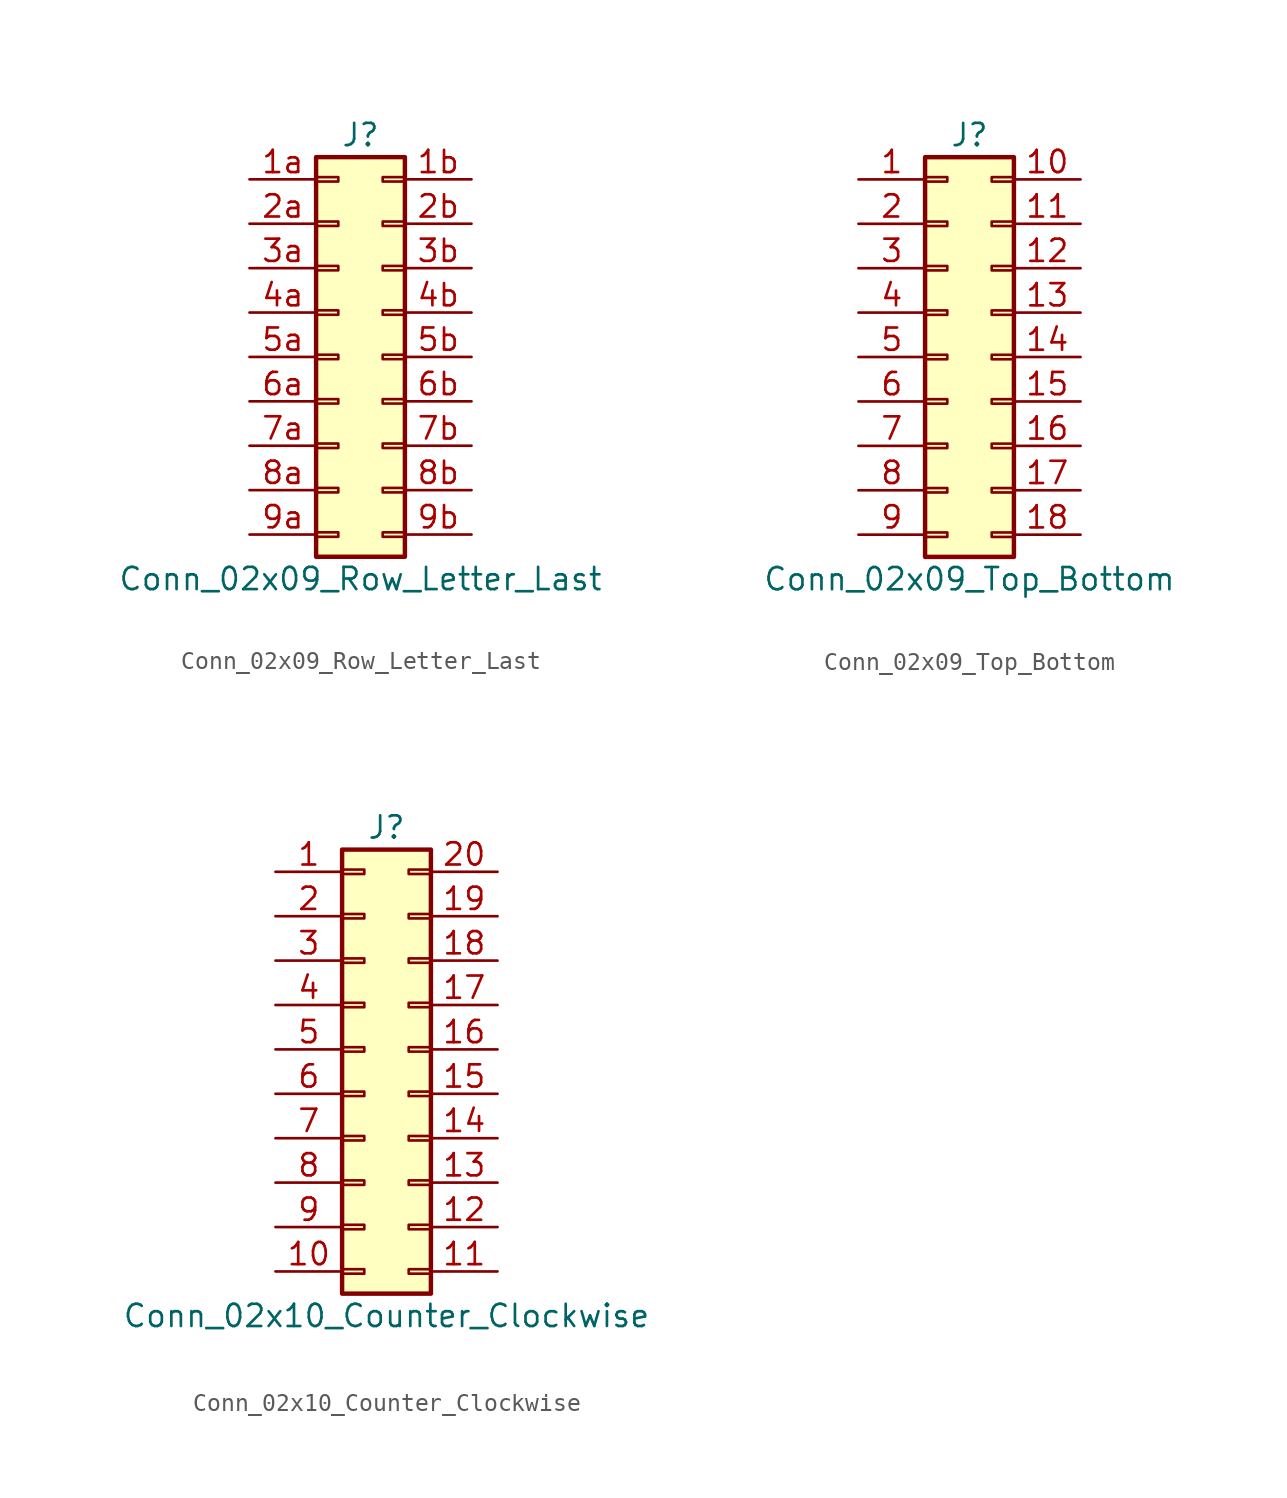
<source format=kicad_sym>
(kicad_symbol_lib
  (version 20220914)
  (generator kicad_symbol_editor)
  (symbol "Conn_02x09_Row_Letter_Last"
    (pin_names
      (offset 1.016) hide)
    (property "Reference" "J"
      (at 1.27 12.7 0)
      (effects (font (size 1.27 1.27))))
    (property "Value" "Conn_02x09_Row_Letter_Last"
      (at 1.27 -12.7 0)
      (effects (font (size 1.27 1.27))))
    (symbol "Conn_02x09_Row_Letter_Last_1_1"
      (rectangle (start -1.27 -10.033) (end 0 -10.287) (stroke (width 0.152) (type default)) (fill (type none)))
      (rectangle (start -1.27 -7.493) (end 0 -7.747) (stroke (width 0.152) (type default)) (fill (type none)))
      (rectangle (start -1.27 -4.953) (end 0 -5.207) (stroke (width 0.152) (type default)) (fill (type none)))
      (rectangle (start -1.27 -2.413) (end 0 -2.667) (stroke (width 0.152) (type default)) (fill (type none)))
      (rectangle (start -1.27 0.127) (end 0 -0.127) (stroke (width 0.152) (type default)) (fill (type none)))
      (rectangle (start -1.27 2.667) (end 0 2.413) (stroke (width 0.152) (type default)) (fill (type none)))
      (rectangle (start -1.27 5.207) (end 0 4.953) (stroke (width 0.152) (type default)) (fill (type none)))
      (rectangle (start -1.27 7.747) (end 0 7.493) (stroke (width 0.152) (type default)) (fill (type none)))
      (rectangle (start -1.27 10.287) (end 0 10.033) (stroke (width 0.152) (type default)) (fill (type none)))
      (rectangle (start -1.27 11.43) (end 3.81 -11.43) (stroke (width 0.254) (type default)) (fill (type background)))
      (rectangle (start 3.81 -10.033) (end 2.54 -10.287) (stroke (width 0.152) (type default)) (fill (type none)))
      (rectangle (start 3.81 -7.493) (end 2.54 -7.747) (stroke (width 0.152) (type default)) (fill (type none)))
      (rectangle (start 3.81 -4.953) (end 2.54 -5.207) (stroke (width 0.152) (type default)) (fill (type none)))
      (rectangle (start 3.81 -2.413) (end 2.54 -2.667) (stroke (width 0.152) (type default)) (fill (type none)))
      (rectangle (start 3.81 0.127) (end 2.54 -0.127) (stroke (width 0.152) (type default)) (fill (type none)))
      (rectangle (start 3.81 2.667) (end 2.54 2.413) (stroke (width 0.152) (type default)) (fill (type none)))
      (rectangle (start 3.81 5.207) (end 2.54 4.953) (stroke (width 0.152) (type default)) (fill (type none)))
      (rectangle (start 3.81 7.747) (end 2.54 7.493) (stroke (width 0.152) (type default)) (fill (type none)))
      (rectangle (start 3.81 10.287) (end 2.54 10.033) (stroke (width 0.152) (type default)) (fill (type none)))
      (pin passive line (at -5.08 10.16 0) (length 3.81) (name "Pin_1a" (effects (font (size 1.27 1.27)))) (number "1a" (effects (font (size 1.27 1.27)))))
      (pin passive line (at 7.62 10.16 180) (length 3.81) (name "Pin_1b" (effects (font (size 1.27 1.27)))) (number "1b" (effects (font (size 1.27 1.27)))))
      (pin passive line (at -5.08 7.62 0) (length 3.81) (name "Pin_2a" (effects (font (size 1.27 1.27)))) (number "2a" (effects (font (size 1.27 1.27)))))
      (pin passive line (at 7.62 7.62 180) (length 3.81) (name "Pin_2b" (effects (font (size 1.27 1.27)))) (number "2b" (effects (font (size 1.27 1.27)))))
      (pin passive line (at -5.08 5.08 0) (length 3.81) (name "Pin_3a" (effects (font (size 1.27 1.27)))) (number "3a" (effects (font (size 1.27 1.27)))))
      (pin passive line (at 7.62 5.08 180) (length 3.81) (name "Pin_3b" (effects (font (size 1.27 1.27)))) (number "3b" (effects (font (size 1.27 1.27)))))
      (pin passive line (at -5.08 2.54 0) (length 3.81) (name "Pin_4a" (effects (font (size 1.27 1.27)))) (number "4a" (effects (font (size 1.27 1.27)))))
      (pin passive line (at 7.62 2.54 180) (length 3.81) (name "Pin_4b" (effects (font (size 1.27 1.27)))) (number "4b" (effects (font (size 1.27 1.27)))))
      (pin passive line (at -5.08 0 0) (length 3.81) (name "Pin_5a" (effects (font (size 1.27 1.27)))) (number "5a" (effects (font (size 1.27 1.27)))))
      (pin passive line (at 7.62 0 180) (length 3.81) (name "Pin_5b" (effects (font (size 1.27 1.27)))) (number "5b" (effects (font (size 1.27 1.27)))))
      (pin passive line (at -5.08 -2.54 0) (length 3.81) (name "Pin_6a" (effects (font (size 1.27 1.27)))) (number "6a" (effects (font (size 1.27 1.27)))))
      (pin passive line (at 7.62 -2.54 180) (length 3.81) (name "Pin_6b" (effects (font (size 1.27 1.27)))) (number "6b" (effects (font (size 1.27 1.27)))))
      (pin passive line (at -5.08 -5.08 0) (length 3.81) (name "Pin_7a" (effects (font (size 1.27 1.27)))) (number "7a" (effects (font (size 1.27 1.27)))))
      (pin passive line (at 7.62 -5.08 180) (length 3.81) (name "Pin_7b" (effects (font (size 1.27 1.27)))) (number "7b" (effects (font (size 1.27 1.27)))))
      (pin passive line (at -5.08 -7.62 0) (length 3.81) (name "Pin_8a" (effects (font (size 1.27 1.27)))) (number "8a" (effects (font (size 1.27 1.27)))))
      (pin passive line (at 7.62 -7.62 180) (length 3.81) (name "Pin_8b" (effects (font (size 1.27 1.27)))) (number "8b" (effects (font (size 1.27 1.27)))))
      (pin passive line (at -5.08 -10.16 0) (length 3.81) (name "Pin_9a" (effects (font (size 1.27 1.27)))) (number "9a" (effects (font (size 1.27 1.27)))))
      (pin passive line (at 7.62 -10.16 180) (length 3.81) (name "Pin_9b" (effects (font (size 1.27 1.27)))) (number "9b" (effects (font (size 1.27 1.27)))))))
  (symbol "Conn_02x09_Top_Bottom"
    (pin_names
      (offset 1.016) hide)
    (property "Reference" "J"
      (at 1.27 12.7 0)
      (effects (font (size 1.27 1.27))))
    (property "Value" "Conn_02x09_Top_Bottom"
      (at 1.27 -12.7 0)
      (effects (font (size 1.27 1.27))))
    (symbol "Conn_02x09_Top_Bottom_1_1"
      (rectangle (start -1.27 -10.033) (end 0 -10.287) (stroke (width 0.152) (type default)) (fill (type none)))
      (rectangle (start -1.27 -7.493) (end 0 -7.747) (stroke (width 0.152) (type default)) (fill (type none)))
      (rectangle (start -1.27 -4.953) (end 0 -5.207) (stroke (width 0.152) (type default)) (fill (type none)))
      (rectangle (start -1.27 -2.413) (end 0 -2.667) (stroke (width 0.152) (type default)) (fill (type none)))
      (rectangle (start -1.27 0.127) (end 0 -0.127) (stroke (width 0.152) (type default)) (fill (type none)))
      (rectangle (start -1.27 2.667) (end 0 2.413) (stroke (width 0.152) (type default)) (fill (type none)))
      (rectangle (start -1.27 5.207) (end 0 4.953) (stroke (width 0.152) (type default)) (fill (type none)))
      (rectangle (start -1.27 7.747) (end 0 7.493) (stroke (width 0.152) (type default)) (fill (type none)))
      (rectangle (start -1.27 10.287) (end 0 10.033) (stroke (width 0.152) (type default)) (fill (type none)))
      (rectangle (start -1.27 11.43) (end 3.81 -11.43) (stroke (width 0.254) (type default)) (fill (type background)))
      (rectangle (start 3.81 -10.033) (end 2.54 -10.287) (stroke (width 0.152) (type default)) (fill (type none)))
      (rectangle (start 3.81 -7.493) (end 2.54 -7.747) (stroke (width 0.152) (type default)) (fill (type none)))
      (rectangle (start 3.81 -4.953) (end 2.54 -5.207) (stroke (width 0.152) (type default)) (fill (type none)))
      (rectangle (start 3.81 -2.413) (end 2.54 -2.667) (stroke (width 0.152) (type default)) (fill (type none)))
      (rectangle (start 3.81 0.127) (end 2.54 -0.127) (stroke (width 0.152) (type default)) (fill (type none)))
      (rectangle (start 3.81 2.667) (end 2.54 2.413) (stroke (width 0.152) (type default)) (fill (type none)))
      (rectangle (start 3.81 5.207) (end 2.54 4.953) (stroke (width 0.152) (type default)) (fill (type none)))
      (rectangle (start 3.81 7.747) (end 2.54 7.493) (stroke (width 0.152) (type default)) (fill (type none)))
      (rectangle (start 3.81 10.287) (end 2.54 10.033) (stroke (width 0.152) (type default)) (fill (type none)))
      (pin passive line (at -5.08 10.16 0) (length 3.81) (name "Pin_1" (effects (font (size 1.27 1.27)))) (number "1" (effects (font (size 1.27 1.27)))))
      (pin passive line (at 7.62 10.16 180) (length 3.81) (name "Pin_10" (effects (font (size 1.27 1.27)))) (number "10" (effects (font (size 1.27 1.27)))))
      (pin passive line (at 7.62 7.62 180) (length 3.81) (name "Pin_11" (effects (font (size 1.27 1.27)))) (number "11" (effects (font (size 1.27 1.27)))))
      (pin passive line (at 7.62 5.08 180) (length 3.81) (name "Pin_12" (effects (font (size 1.27 1.27)))) (number "12" (effects (font (size 1.27 1.27)))))
      (pin passive line (at 7.62 2.54 180) (length 3.81) (name "Pin_13" (effects (font (size 1.27 1.27)))) (number "13" (effects (font (size 1.27 1.27)))))
      (pin passive line (at 7.62 0 180) (length 3.81) (name "Pin_14" (effects (font (size 1.27 1.27)))) (number "14" (effects (font (size 1.27 1.27)))))
      (pin passive line (at 7.62 -2.54 180) (length 3.81) (name "Pin_15" (effects (font (size 1.27 1.27)))) (number "15" (effects (font (size 1.27 1.27)))))
      (pin passive line (at 7.62 -5.08 180) (length 3.81) (name "Pin_16" (effects (font (size 1.27 1.27)))) (number "16" (effects (font (size 1.27 1.27)))))
      (pin passive line (at 7.62 -7.62 180) (length 3.81) (name "Pin_17" (effects (font (size 1.27 1.27)))) (number "17" (effects (font (size 1.27 1.27)))))
      (pin passive line (at 7.62 -10.16 180) (length 3.81) (name "Pin_18" (effects (font (size 1.27 1.27)))) (number "18" (effects (font (size 1.27 1.27)))))
      (pin passive line (at -5.08 7.62 0) (length 3.81) (name "Pin_2" (effects (font (size 1.27 1.27)))) (number "2" (effects (font (size 1.27 1.27)))))
      (pin passive line (at -5.08 5.08 0) (length 3.81) (name "Pin_3" (effects (font (size 1.27 1.27)))) (number "3" (effects (font (size 1.27 1.27)))))
      (pin passive line (at -5.08 2.54 0) (length 3.81) (name "Pin_4" (effects (font (size 1.27 1.27)))) (number "4" (effects (font (size 1.27 1.27)))))
      (pin passive line (at -5.08 0 0) (length 3.81) (name "Pin_5" (effects (font (size 1.27 1.27)))) (number "5" (effects (font (size 1.27 1.27)))))
      (pin passive line (at -5.08 -2.54 0) (length 3.81) (name "Pin_6" (effects (font (size 1.27 1.27)))) (number "6" (effects (font (size 1.27 1.27)))))
      (pin passive line (at -5.08 -5.08 0) (length 3.81) (name "Pin_7" (effects (font (size 1.27 1.27)))) (number "7" (effects (font (size 1.27 1.27)))))
      (pin passive line (at -5.08 -7.62 0) (length 3.81) (name "Pin_8" (effects (font (size 1.27 1.27)))) (number "8" (effects (font (size 1.27 1.27)))))
      (pin passive line (at -5.08 -10.16 0) (length 3.81) (name "Pin_9" (effects (font (size 1.27 1.27)))) (number "9" (effects (font (size 1.27 1.27)))))))
  (symbol "Conn_02x10_Counter_Clockwise"
    (pin_names
      (offset 1.016) hide)
    (property "Reference" "J"
      (at 1.27 12.7 0)
      (effects (font (size 1.27 1.27))))
    (property "Value" "Conn_02x10_Counter_Clockwise"
      (at 1.27 -15.24 0)
      (effects (font (size 1.27 1.27))))
    (symbol "Conn_02x10_Counter_Clockwise_1_1"
      (rectangle (start -1.27 -12.573) (end 0 -12.827) (stroke (width 0.152) (type default)) (fill (type none)))
      (rectangle (start -1.27 -10.033) (end 0 -10.287) (stroke (width 0.152) (type default)) (fill (type none)))
      (rectangle (start -1.27 -7.493) (end 0 -7.747) (stroke (width 0.152) (type default)) (fill (type none)))
      (rectangle (start -1.27 -4.953) (end 0 -5.207) (stroke (width 0.152) (type default)) (fill (type none)))
      (rectangle (start -1.27 -2.413) (end 0 -2.667) (stroke (width 0.152) (type default)) (fill (type none)))
      (rectangle (start -1.27 0.127) (end 0 -0.127) (stroke (width 0.152) (type default)) (fill (type none)))
      (rectangle (start -1.27 2.667) (end 0 2.413) (stroke (width 0.152) (type default)) (fill (type none)))
      (rectangle (start -1.27 5.207) (end 0 4.953) (stroke (width 0.152) (type default)) (fill (type none)))
      (rectangle (start -1.27 7.747) (end 0 7.493) (stroke (width 0.152) (type default)) (fill (type none)))
      (rectangle (start -1.27 10.287) (end 0 10.033) (stroke (width 0.152) (type default)) (fill (type none)))
      (rectangle (start -1.27 11.43) (end 3.81 -13.97) (stroke (width 0.254) (type default)) (fill (type background)))
      (rectangle (start 3.81 -12.573) (end 2.54 -12.827) (stroke (width 0.152) (type default)) (fill (type none)))
      (rectangle (start 3.81 -10.033) (end 2.54 -10.287) (stroke (width 0.152) (type default)) (fill (type none)))
      (rectangle (start 3.81 -7.493) (end 2.54 -7.747) (stroke (width 0.152) (type default)) (fill (type none)))
      (rectangle (start 3.81 -4.953) (end 2.54 -5.207) (stroke (width 0.152) (type default)) (fill (type none)))
      (rectangle (start 3.81 -2.413) (end 2.54 -2.667) (stroke (width 0.152) (type default)) (fill (type none)))
      (rectangle (start 3.81 0.127) (end 2.54 -0.127) (stroke (width 0.152) (type default)) (fill (type none)))
      (rectangle (start 3.81 2.667) (end 2.54 2.413) (stroke (width 0.152) (type default)) (fill (type none)))
      (rectangle (start 3.81 5.207) (end 2.54 4.953) (stroke (width 0.152) (type default)) (fill (type none)))
      (rectangle (start 3.81 7.747) (end 2.54 7.493) (stroke (width 0.152) (type default)) (fill (type none)))
      (rectangle (start 3.81 10.287) (end 2.54 10.033) (stroke (width 0.152) (type default)) (fill (type none)))
      (pin passive line (at -5.08 10.16 0) (length 3.81) (name "Pin_1" (effects (font (size 1.27 1.27)))) (number "1" (effects (font (size 1.27 1.27)))))
      (pin passive line (at -5.08 -12.7 0) (length 3.81) (name "Pin_10" (effects (font (size 1.27 1.27)))) (number "10" (effects (font (size 1.27 1.27)))))
      (pin passive line (at 7.62 -12.7 180) (length 3.81) (name "Pin_11" (effects (font (size 1.27 1.27)))) (number "11" (effects (font (size 1.27 1.27)))))
      (pin passive line (at 7.62 -10.16 180) (length 3.81) (name "Pin_12" (effects (font (size 1.27 1.27)))) (number "12" (effects (font (size 1.27 1.27)))))
      (pin passive line (at 7.62 -7.62 180) (length 3.81) (name "Pin_13" (effects (font (size 1.27 1.27)))) (number "13" (effects (font (size 1.27 1.27)))))
      (pin passive line (at 7.62 -5.08 180) (length 3.81) (name "Pin_14" (effects (font (size 1.27 1.27)))) (number "14" (effects (font (size 1.27 1.27)))))
      (pin passive line (at 7.62 -2.54 180) (length 3.81) (name "Pin_15" (effects (font (size 1.27 1.27)))) (number "15" (effects (font (size 1.27 1.27)))))
      (pin passive line (at 7.62 0 180) (length 3.81) (name "Pin_16" (effects (font (size 1.27 1.27)))) (number "16" (effects (font (size 1.27 1.27)))))
      (pin passive line (at 7.62 2.54 180) (length 3.81) (name "Pin_17" (effects (font (size 1.27 1.27)))) (number "17" (effects (font (size 1.27 1.27)))))
      (pin passive line (at 7.62 5.08 180) (length 3.81) (name "Pin_18" (effects (font (size 1.27 1.27)))) (number "18" (effects (font (size 1.27 1.27)))))
      (pin passive line (at 7.62 7.62 180) (length 3.81) (name "Pin_19" (effects (font (size 1.27 1.27)))) (number "19" (effects (font (size 1.27 1.27)))))
      (pin passive line (at -5.08 7.62 0) (length 3.81) (name "Pin_2" (effects (font (size 1.27 1.27)))) (number "2" (effects (font (size 1.27 1.27)))))
      (pin passive line (at 7.62 10.16 180) (length 3.81) (name "Pin_20" (effects (font (size 1.27 1.27)))) (number "20" (effects (font (size 1.27 1.27)))))
      (pin passive line (at -5.08 5.08 0) (length 3.81) (name "Pin_3" (effects (font (size 1.27 1.27)))) (number "3" (effects (font (size 1.27 1.27)))))
      (pin passive line (at -5.08 2.54 0) (length 3.81) (name "Pin_4" (effects (font (size 1.27 1.27)))) (number "4" (effects (font (size 1.27 1.27)))))
      (pin passive line (at -5.08 0 0) (length 3.81) (name "Pin_5" (effects (font (size 1.27 1.27)))) (number "5" (effects (font (size 1.27 1.27)))))
      (pin passive line (at -5.08 -2.54 0) (length 3.81) (name "Pin_6" (effects (font (size 1.27 1.27)))) (number "6" (effects (font (size 1.27 1.27)))))
      (pin passive line (at -5.08 -5.08 0) (length 3.81) (name "Pin_7" (effects (font (size 1.27 1.27)))) (number "7" (effects (font (size 1.27 1.27)))))
      (pin passive line (at -5.08 -7.62 0) (length 3.81) (name "Pin_8" (effects (font (size 1.27 1.27)))) (number "8" (effects (font (size 1.27 1.27)))))
      (pin passive line (at -5.08 -10.16 0) (length 3.81) (name "Pin_9" (effects (font (size 1.27 1.27)))) (number "9" (effects (font (size 1.27 1.27))))))))
</source>
